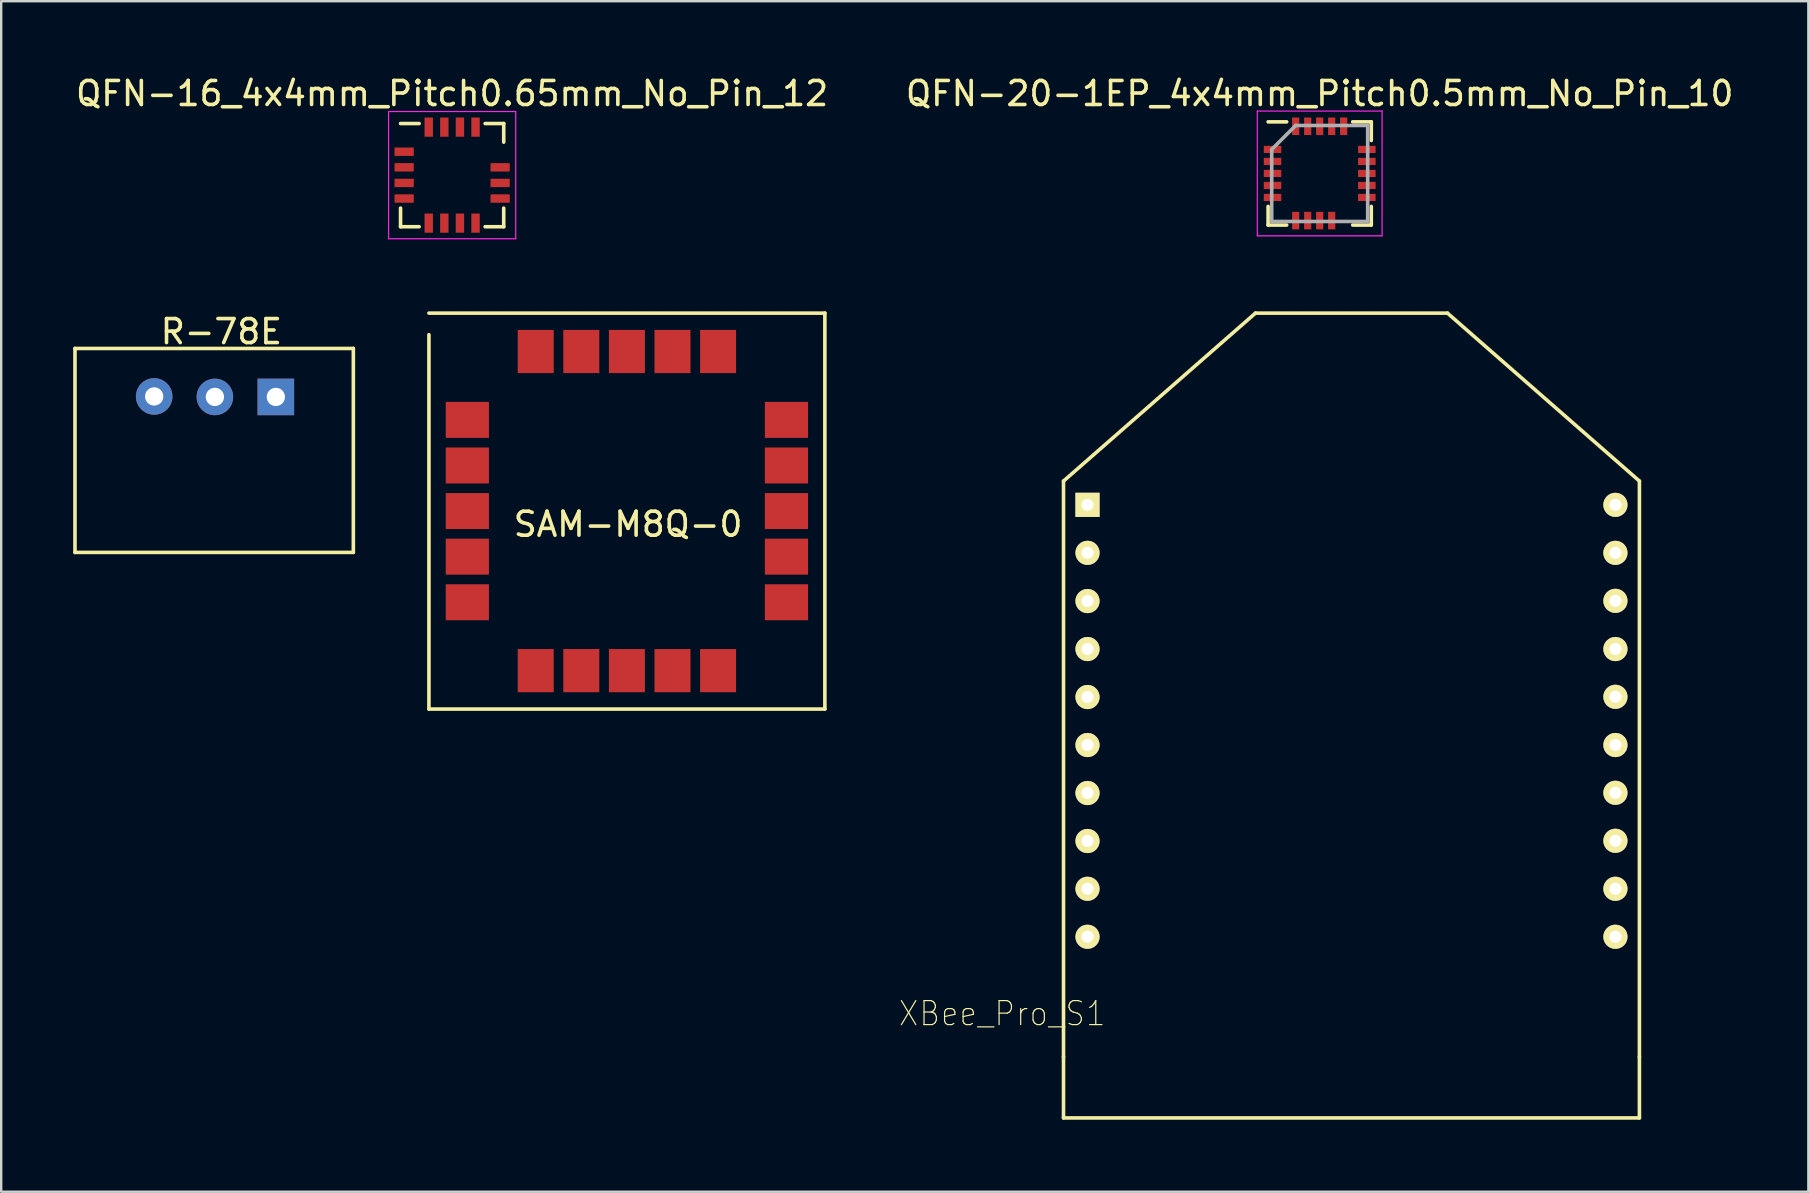
<source format=kicad_pcb>
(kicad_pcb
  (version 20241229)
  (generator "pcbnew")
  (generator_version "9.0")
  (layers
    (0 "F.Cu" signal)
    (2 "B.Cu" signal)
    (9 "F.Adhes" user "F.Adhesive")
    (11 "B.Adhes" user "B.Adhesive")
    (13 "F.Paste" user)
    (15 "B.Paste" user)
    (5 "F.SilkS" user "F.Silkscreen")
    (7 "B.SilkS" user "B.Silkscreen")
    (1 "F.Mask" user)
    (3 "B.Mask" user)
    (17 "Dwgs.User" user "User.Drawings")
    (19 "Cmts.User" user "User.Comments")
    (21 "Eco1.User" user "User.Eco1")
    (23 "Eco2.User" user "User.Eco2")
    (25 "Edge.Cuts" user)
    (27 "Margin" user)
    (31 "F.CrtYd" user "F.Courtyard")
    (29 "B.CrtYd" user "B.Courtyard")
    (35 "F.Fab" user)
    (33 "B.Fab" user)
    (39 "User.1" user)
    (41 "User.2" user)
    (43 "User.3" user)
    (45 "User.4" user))
  (footprint "SAM-M8Q-0"
    (layer "F.Cu")
    (at 23.125 18.298)
    (property "Reference" "SAM-M8Q-0" (at 0 0.5 0) (layer "F.SilkS") (effects (font (size 1 1) (thickness 0.15))))
    (attr through_hole)
    (fp_line (start -8.3 -8.3) (end 8.2 -8.3) (stroke (width 0.15) (type solid)) (layer "F.SilkS"))
    (fp_line (start -8.3 8.2) (end -8.3 -7.4) (stroke (width 0.15) (type solid)) (layer "F.SilkS"))
    (fp_line (start 8.2 -8.3) (end 8.2 8.2) (stroke (width 0.15) (type solid)) (layer "F.SilkS"))
    (fp_line (start 8.2 8.2) (end -8.3 8.2) (stroke (width 0.15) (type solid)) (layer "F.SilkS"))
    (pad "1" smd rect (at -6.7 -3.85 90) (size 1.5 1.8) (layers "F.Cu" "F.Mask" "F.Paste"))
    (pad "2" smd rect (at -6.7 -1.95 90) (size 1.5 1.8) (layers "F.Cu" "F.Mask" "F.Paste"))
    (pad "3" smd rect (at -6.7 -0.05 90) (size 1.5 1.8) (layers "F.Cu" "F.Mask" "F.Paste"))
    (pad "4" smd rect (at -6.7 1.85 90) (size 1.5 1.8) (layers "F.Cu" "F.Mask" "F.Paste"))
    (pad "5" smd rect (at -6.7 3.75 90) (size 1.5 1.8) (layers "F.Cu" "F.Mask" "F.Paste"))
    (pad "6" smd rect (at -3.85 6.6 180) (size 1.5 1.8) (layers "F.Cu" "F.Mask" "F.Paste"))
    (pad "7" smd rect (at -1.95 6.6 180) (size 1.5 1.8) (layers "F.Cu" "F.Mask" "F.Paste"))
    (pad "8" smd rect (at -0.05 6.6 180) (size 1.5 1.8) (layers "F.Cu" "F.Mask" "F.Paste"))
    (pad "9" smd rect (at 1.85 6.6 180) (size 1.5 1.8) (layers "F.Cu" "F.Mask" "F.Paste"))
    (pad "10" smd rect (at 3.75 6.6 180) (size 1.5 1.8) (layers "F.Cu" "F.Mask" "F.Paste"))
    (pad "11" smd rect (at 6.6 3.75 270) (size 1.5 1.8) (layers "F.Cu" "F.Mask" "F.Paste"))
    (pad "12" smd rect (at 6.6 1.85 270) (size 1.5 1.8) (layers "F.Cu" "F.Mask" "F.Paste"))
    (pad "13" smd rect (at 6.6 -0.05 270) (size 1.5 1.8) (layers "F.Cu" "F.Mask" "F.Paste"))
    (pad "14" smd rect (at 6.6 -1.95 270) (size 1.5 1.8) (layers "F.Cu" "F.Mask" "F.Paste"))
    (pad "15" smd rect (at 6.6 -3.85 270) (size 1.5 1.8) (layers "F.Cu" "F.Mask" "F.Paste"))
    (pad "16" smd rect (at 3.75 -6.7) (size 1.5 1.8) (layers "F.Cu" "F.Mask" "F.Paste"))
    (pad "17" smd rect (at 1.85 -6.7) (size 1.5 1.8) (layers "F.Cu" "F.Mask" "F.Paste"))
    (pad "18" smd rect (at -0.05 -6.7) (size 1.5 1.8) (layers "F.Cu" "F.Mask" "F.Paste"))
    (pad "19" smd rect (at -1.95 -6.7) (size 1.5 1.8) (layers "F.Cu" "F.Mask" "F.Paste"))
    (pad "20" smd rect (at -3.85 -6.7) (size 1.5 1.8) (layers "F.Cu" "F.Mask" "F.Paste")))
  (footprint "XBee_Pro_S1"
    (layer "F.Cu")
    (at 53.27 35.998)
    (property "Reference" "XBee_Pro_S1" (at -14.556 3.19 0) (layer "F.SilkS") (effects (font (size 1 0.9) (thickness 0.05))))
    (attr through_hole)
    (fp_line (start -12 -19) (end -4 -26) (stroke (width 0.15) (type solid)) (layer "F.SilkS"))
    (fp_line (start -12 5) (end -12 -19) (stroke (width 0.15) (type solid)) (layer "F.SilkS"))
    (fp_line (start -12 5) (end -12 7.54) (stroke (width 0.15) (type solid)) (layer "F.SilkS"))
    (fp_line (start -12 7.54) (end 12 7.54) (stroke (width 0.15) (type solid)) (layer "F.SilkS"))
    (fp_line (start -4 -26) (end 4 -26) (stroke (width 0.15) (type solid)) (layer "F.SilkS"))
    (fp_line (start 4 -26) (end 12 -19) (stroke (width 0.15) (type solid)) (layer "F.SilkS"))
    (fp_line (start 12 5) (end 12 -19) (stroke (width 0.15) (type solid)) (layer "F.SilkS"))
    (fp_line (start 12 5) (end 12 7.54) (stroke (width 0.15) (type solid)) (layer "F.SilkS"))
    (pad "1" thru_hole rect (at -11 -18.009) (size 1.008 1.008) (drill 0.5) (layers "*.Cu" "*.Mask" "F.SilkS"))
    (pad "2" thru_hole circle (at -11 -16.009) (size 1.008 1.008) (drill 0.5) (layers "*.Cu" "*.Mask" "F.SilkS"))
    (pad "3" thru_hole circle (at -11 -14) (size 1.008 1.008) (drill 0.5) (layers "*.Cu" "*.Mask" "F.SilkS"))
    (pad "4" thru_hole circle (at -11 -12) (size 1.008 1.008) (drill 0.5) (layers "*.Cu" "*.Mask" "F.SilkS"))
    (pad "5" thru_hole circle (at -11 -10) (size 1.008 1.008) (drill 0.5) (layers "*.Cu" "*.Mask" "F.SilkS"))
    (pad "6" thru_hole circle (at -11 -8) (size 1.008 1.008) (drill 0.5) (layers "*.Cu" "*.Mask" "F.SilkS"))
    (pad "7" thru_hole circle (at -11 -6) (size 1.008 1.008) (drill 0.5) (layers "*.Cu" "*.Mask" "F.SilkS"))
    (pad "8" thru_hole circle (at -11 -4) (size 1.008 1.008) (drill 0.5) (layers "*.Cu" "*.Mask" "F.SilkS"))
    (pad "9" thru_hole circle (at -11 -2.009) (size 1.008 1.008) (drill 0.5) (layers "*.Cu" "*.Mask" "F.SilkS"))
    (pad "10" thru_hole circle (at -11 -0.009) (size 1.008 1.008) (drill 0.5) (layers "*.Cu" "*.Mask" "F.SilkS"))
    (pad "11" thru_hole circle (at 11 -0.009) (size 1.008 1.008) (drill 0.5) (layers "*.Cu" "*.Mask" "F.SilkS"))
    (pad "12" thru_hole circle (at 11 -2.009) (size 1.008 1.008) (drill 0.5) (layers "*.Cu" "*.Mask" "F.SilkS"))
    (pad "13" thru_hole circle (at 11 -4.009) (size 1.008 1.008) (drill 0.5) (layers "*.Cu" "*.Mask" "F.SilkS"))
    (pad "14" thru_hole circle (at 11 -6.009) (size 1.008 1.008) (drill 0.5) (layers "*.Cu" "*.Mask" "F.SilkS"))
    (pad "15" thru_hole circle (at 11 -8) (size 1.008 1.008) (drill 0.5) (layers "*.Cu" "*.Mask" "F.SilkS"))
    (pad "16" thru_hole circle (at 11 -10.009) (size 1.008 1.008) (drill 0.5) (layers "*.Cu" "*.Mask" "F.SilkS"))
    (pad "17" thru_hole circle (at 11 -12) (size 1.008 1.008) (drill 0.5) (layers "*.Cu" "*.Mask" "F.SilkS"))
    (pad "18" thru_hole circle (at 11 -14.009) (size 1.008 1.008) (drill 0.5) (layers "*.Cu" "*.Mask" "F.SilkS"))
    (pad "19" thru_hole circle (at 11 -16.009) (size 1.008 1.008) (drill 0.5) (layers "*.Cu" "*.Mask" "F.SilkS"))
    (pad "20" thru_hole circle (at 11 -18.009) (size 1.008 1.008) (drill 0.5) (layers "*.Cu" "*.Mask" "F.SilkS")))
  (footprint "R-78E"
    (layer "F.Cu")
    (at 5.775 11.671)
    (property "Reference" "R-78E" (at 0.4 -0.9 0) (layer "F.SilkS") (effects (font (size 1 1) (thickness 0.15))))
    (attr through_hole)
    (fp_line (start -5.7 -0.2) (end 5.9 -0.2) (stroke (width 0.15) (type solid)) (layer "F.SilkS"))
    (fp_line (start -5.7 8.3) (end -5.7 -0.2) (stroke (width 0.15) (type solid)) (layer "F.SilkS"))
    (fp_line (start -5.7 8.3) (end 5.9 8.3) (stroke (width 0.15) (type solid)) (layer "F.SilkS"))
    (fp_line (start 5.9 8.3) (end 5.9 -0.2) (stroke (width 0.15) (type solid)) (layer "F.SilkS"))
    (pad "1" thru_hole rect (at 2.67 1.82) (size 1.524 1.524) (drill 0.762) (layers "*.Cu" "*.Mask"))
    (pad "2" thru_hole circle (at 0.13 1.82) (size 1.524 1.524) (drill 0.762) (layers "*.Cu" "*.Mask"))
    (pad "3" thru_hole circle (at -2.4 1.8) (size 1.524 1.524) (drill 0.762) (layers "*.Cu" "*.Mask")))
  (footprint "QFN-20-1EP_4x4mm_Pitch0.5mm_No_Pin_10"
    (layer "F.Cu")
    (at 51.946 4.178)
    (property "Reference" "QFN-20-1EP_4x4mm_Pitch0.5mm_No_Pin_10" (at 0 -3.33 0) (layer "F.SilkS") (effects (font (size 1 1) (thickness 0.15))))
    (attr smd)
    (fp_line (start -2.15 -2.15) (end -1.375 -2.15) (stroke (width 0.15) (type solid)) (layer "F.SilkS"))
    (fp_line (start -2.15 2.15) (end -2.15 1.375) (stroke (width 0.15) (type solid)) (layer "F.SilkS"))
    (fp_line (start -2.15 2.15) (end -1.375 2.15) (stroke (width 0.15) (type solid)) (layer "F.SilkS"))
    (fp_line (start 2.15 -2.15) (end 1.375 -2.15) (stroke (width 0.15) (type solid)) (layer "F.SilkS"))
    (fp_line (start 2.15 -2.15) (end 2.15 -1.375) (stroke (width 0.15) (type solid)) (layer "F.SilkS"))
    (fp_line (start 2.15 2.15) (end 1.375 2.15) (stroke (width 0.15) (type solid)) (layer "F.SilkS"))
    (fp_line (start 2.15 2.15) (end 2.15 1.375) (stroke (width 0.15) (type solid)) (layer "F.SilkS"))
    (fp_line (start -2.6 -2.6) (end -2.6 2.6) (stroke (width 0.05) (type solid)) (layer "F.CrtYd"))
    (fp_line (start -2.6 -2.6) (end 2.6 -2.6) (stroke (width 0.05) (type solid)) (layer "F.CrtYd"))
    (fp_line (start -2.6 2.6) (end 2.6 2.6) (stroke (width 0.05) (type solid)) (layer "F.CrtYd"))
    (fp_line (start 2.6 -2.6) (end 2.6 2.6) (stroke (width 0.05) (type solid)) (layer "F.CrtYd"))
    (fp_line (start -2 -1) (end -1 -2) (stroke (width 0.15) (type solid)) (layer "F.Fab"))
    (fp_line (start -2 2) (end -2 -1) (stroke (width 0.15) (type solid)) (layer "F.Fab"))
    (fp_line (start -1 -2) (end 2 -2) (stroke (width 0.15) (type solid)) (layer "F.Fab"))
    (fp_line (start 2 -2) (end 2 2) (stroke (width 0.15) (type solid)) (layer "F.Fab"))
    (fp_line (start 2 2) (end -2 2) (stroke (width 0.15) (type solid)) (layer "F.Fab"))
    (pad "1" smd rect (at -1.965 -1) (size 0.73 0.3) (layers "F.Cu" "F.Mask" "F.Paste"))
    (pad "2" smd rect (at -1.965 -0.5) (size 0.73 0.3) (layers "F.Cu" "F.Mask" "F.Paste"))
    (pad "3" smd rect (at -1.965 0) (size 0.73 0.3) (layers "F.Cu" "F.Mask" "F.Paste"))
    (pad "4" smd rect (at -1.965 0.5) (size 0.73 0.3) (layers "F.Cu" "F.Mask" "F.Paste"))
    (pad "5" smd rect (at -1.965 1) (size 0.73 0.3) (layers "F.Cu" "F.Mask" "F.Paste"))
    (pad "6" smd rect (at -1 1.965 90) (size 0.73 0.3) (layers "F.Cu" "F.Mask" "F.Paste"))
    (pad "7" smd rect (at -0.5 1.965 90) (size 0.73 0.3) (layers "F.Cu" "F.Mask" "F.Paste"))
    (pad "8" smd rect (at 0 1.965 90) (size 0.73 0.3) (layers "F.Cu" "F.Mask" "F.Paste"))
    (pad "9" smd rect (at 0.5 1.965 90) (size 0.73 0.3) (layers "F.Cu" "F.Mask" "F.Paste"))
    (pad "11" smd rect (at 1.965 1) (size 0.73 0.3) (layers "F.Cu" "F.Mask" "F.Paste"))
    (pad "12" smd rect (at 1.965 0.5) (size 0.73 0.3) (layers "F.Cu" "F.Mask" "F.Paste"))
    (pad "13" smd rect (at 1.965 0) (size 0.73 0.3) (layers "F.Cu" "F.Mask" "F.Paste"))
    (pad "14" smd rect (at 1.965 -0.5) (size 0.73 0.3) (layers "F.Cu" "F.Mask" "F.Paste"))
    (pad "15" smd rect (at 1.965 -1) (size 0.73 0.3) (layers "F.Cu" "F.Mask" "F.Paste"))
    (pad "16" smd rect (at 1 -1.965 90) (size 0.73 0.3) (layers "F.Cu" "F.Mask" "F.Paste"))
    (pad "17" smd rect (at 0.5 -1.965 90) (size 0.73 0.3) (layers "F.Cu" "F.Mask" "F.Paste"))
    (pad "18" smd rect (at 0 -1.965 90) (size 0.73 0.3) (layers "F.Cu" "F.Mask" "F.Paste"))
    (pad "19" smd rect (at -0.5 -1.965 90) (size 0.73 0.3) (layers "F.Cu" "F.Mask" "F.Paste"))
    (pad "20" smd rect (at -1 -1.965 90) (size 0.73 0.3) (layers "F.Cu" "F.Mask" "F.Paste")))
  (footprint "QFN-16_4x4mm_Pitch0.65mm_No_Pin_12"
    (layer "F.Cu")
    (at 15.792 4.248)
    (property "Reference" "QFN-16_4x4mm_Pitch0.65mm_No_Pin_12" (at 0 -3.4 0) (layer "F.SilkS") (effects (font (size 1 1) (thickness 0.15))))
    (attr smd)
    (fp_line (start -2.15 -2.15) (end -1.375 -2.15) (stroke (width 0.15) (type solid)) (layer "F.SilkS"))
    (fp_line (start -2.15 2.15) (end -2.15 1.375) (stroke (width 0.15) (type solid)) (layer "F.SilkS"))
    (fp_line (start -2.15 2.15) (end -1.375 2.15) (stroke (width 0.15) (type solid)) (layer "F.SilkS"))
    (fp_line (start 2.15 -2.15) (end 1.375 -2.15) (stroke (width 0.15) (type solid)) (layer "F.SilkS"))
    (fp_line (start 2.15 -2.15) (end 2.15 -1.375) (stroke (width 0.15) (type solid)) (layer "F.SilkS"))
    (fp_line (start 2.15 2.15) (end 1.375 2.15) (stroke (width 0.15) (type solid)) (layer "F.SilkS"))
    (fp_line (start 2.15 2.15) (end 2.15 1.375) (stroke (width 0.15) (type solid)) (layer "F.SilkS"))
    (fp_line (start -2.65 -2.65) (end -2.65 2.65) (stroke (width 0.05) (type solid)) (layer "F.CrtYd"))
    (fp_line (start -2.65 -2.65) (end 2.65 -2.65) (stroke (width 0.05) (type solid)) (layer "F.CrtYd"))
    (fp_line (start -2.65 2.65) (end 2.65 2.65) (stroke (width 0.05) (type solid)) (layer "F.CrtYd"))
    (fp_line (start 2.65 -2.65) (end 2.65 2.65) (stroke (width 0.05) (type solid)) (layer "F.CrtYd"))
    (pad "1" smd rect (at -2 -0.975) (size 0.8 0.35) (layers "F.Cu" "F.Mask" "F.Paste"))
    (pad "2" smd rect (at -2 -0.325) (size 0.8 0.35) (layers "F.Cu" "F.Mask" "F.Paste"))
    (pad "3" smd rect (at -2 0.325) (size 0.8 0.35) (layers "F.Cu" "F.Mask" "F.Paste"))
    (pad "4" smd rect (at -2 0.975) (size 0.8 0.35) (layers "F.Cu" "F.Mask" "F.Paste"))
    (pad "5" smd rect (at -0.975 2 90) (size 0.8 0.35) (layers "F.Cu" "F.Mask" "F.Paste"))
    (pad "6" smd rect (at -0.325 2 90) (size 0.8 0.35) (layers "F.Cu" "F.Mask" "F.Paste"))
    (pad "7" smd rect (at 0.325 2 90) (size 0.8 0.35) (layers "F.Cu" "F.Mask" "F.Paste"))
    (pad "8" smd rect (at 0.975 2 90) (size 0.8 0.35) (layers "F.Cu" "F.Mask" "F.Paste"))
    (pad "9" smd rect (at 2 0.975) (size 0.8 0.35) (layers "F.Cu" "F.Mask" "F.Paste"))
    (pad "10" smd rect (at 2 0.325) (size 0.8 0.35) (layers "F.Cu" "F.Mask" "F.Paste"))
    (pad "11" smd rect (at 2 -0.325) (size 0.8 0.35) (layers "F.Cu" "F.Mask" "F.Paste"))
    (pad "13" smd rect (at 0.975 -2 90) (size 0.8 0.35) (layers "F.Cu" "F.Mask" "F.Paste"))
    (pad "14" smd rect (at 0.325 -2 90) (size 0.8 0.35) (layers "F.Cu" "F.Mask" "F.Paste"))
    (pad "15" smd rect (at -0.325 -2 90) (size 0.8 0.35) (layers "F.Cu" "F.Mask" "F.Paste"))
    (pad "16" smd rect (at -0.975 -2 90) (size 0.8 0.35) (layers "F.Cu" "F.Mask" "F.Paste")))
  (gr_rect
    (start -3 -3)
    (end 72.31 46.613)
    (stroke (width 0.1) (type default))
    (fill no)
    (layer "Edge.Cuts")))
</source>
